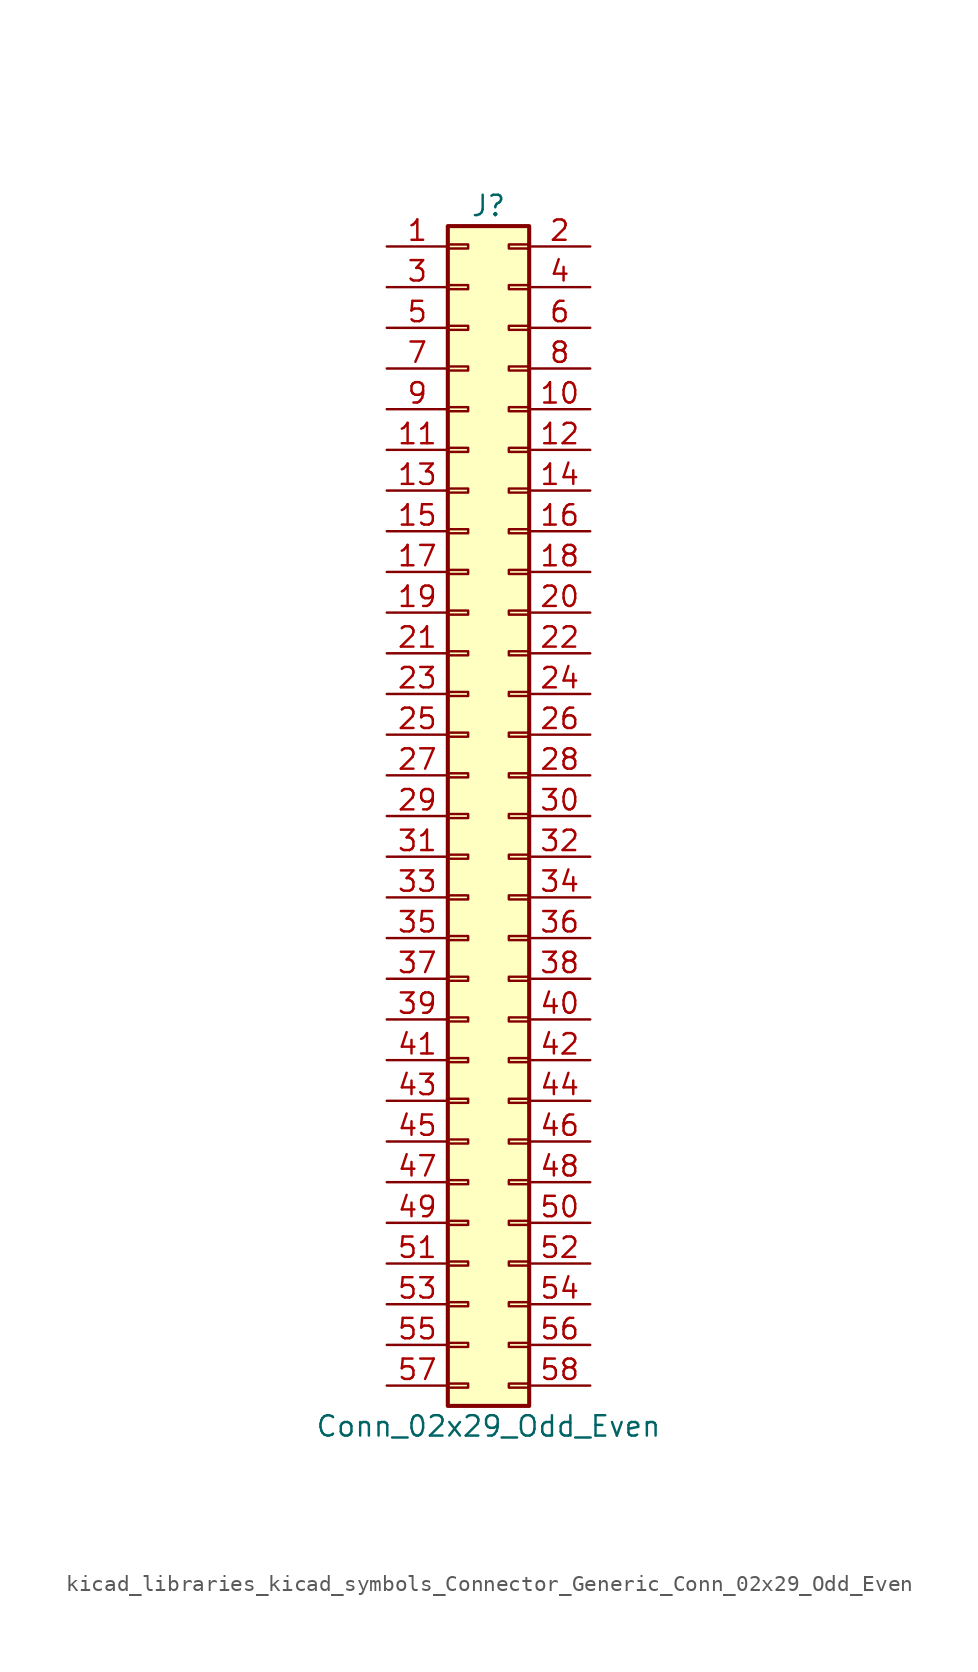
<source format=kicad_sym>
(kicad_symbol_lib
  (version 20220914)
  (generator kicad_symbol_editor)
  (symbol "kicad_libraries_kicad_symbols_Connector_Generic_Conn_02x29_Odd_Even"
    (pin_names
      (offset 1.016) hide)
    (property "Reference" "J"
      (at 1.27 38.1 0)
      (effects (font (size 1.27 1.27))))
    (property "Value" "Conn_02x29_Odd_Even"
      (at 1.27 -38.1 0)
      (effects (font (size 1.27 1.27))))
    (symbol "kicad_libraries_kicad_symbols_Connector_Generic_Conn_02x29_Odd_Even_1_1"
      (rectangle (start -1.27 -35.433) (end 0 -35.687) (stroke (width 0.152) (type default)) (fill (type none)))
      (rectangle (start -1.27 -32.893) (end 0 -33.147) (stroke (width 0.152) (type default)) (fill (type none)))
      (rectangle (start -1.27 -30.353) (end 0 -30.607) (stroke (width 0.152) (type default)) (fill (type none)))
      (rectangle (start -1.27 -27.813) (end 0 -28.067) (stroke (width 0.152) (type default)) (fill (type none)))
      (rectangle (start -1.27 -25.273) (end 0 -25.527) (stroke (width 0.152) (type default)) (fill (type none)))
      (rectangle (start -1.27 -22.733) (end 0 -22.987) (stroke (width 0.152) (type default)) (fill (type none)))
      (rectangle (start -1.27 -20.193) (end 0 -20.447) (stroke (width 0.152) (type default)) (fill (type none)))
      (rectangle (start -1.27 -17.653) (end 0 -17.907) (stroke (width 0.152) (type default)) (fill (type none)))
      (rectangle (start -1.27 -15.113) (end 0 -15.367) (stroke (width 0.152) (type default)) (fill (type none)))
      (rectangle (start -1.27 -12.573) (end 0 -12.827) (stroke (width 0.152) (type default)) (fill (type none)))
      (rectangle (start -1.27 -10.033) (end 0 -10.287) (stroke (width 0.152) (type default)) (fill (type none)))
      (rectangle (start -1.27 -7.493) (end 0 -7.747) (stroke (width 0.152) (type default)) (fill (type none)))
      (rectangle (start -1.27 -4.953) (end 0 -5.207) (stroke (width 0.152) (type default)) (fill (type none)))
      (rectangle (start -1.27 -2.413) (end 0 -2.667) (stroke (width 0.152) (type default)) (fill (type none)))
      (rectangle (start -1.27 0.127) (end 0 -0.127) (stroke (width 0.152) (type default)) (fill (type none)))
      (rectangle (start -1.27 2.667) (end 0 2.413) (stroke (width 0.152) (type default)) (fill (type none)))
      (rectangle (start -1.27 5.207) (end 0 4.953) (stroke (width 0.152) (type default)) (fill (type none)))
      (rectangle (start -1.27 7.747) (end 0 7.493) (stroke (width 0.152) (type default)) (fill (type none)))
      (rectangle (start -1.27 10.287) (end 0 10.033) (stroke (width 0.152) (type default)) (fill (type none)))
      (rectangle (start -1.27 12.827) (end 0 12.573) (stroke (width 0.152) (type default)) (fill (type none)))
      (rectangle (start -1.27 15.367) (end 0 15.113) (stroke (width 0.152) (type default)) (fill (type none)))
      (rectangle (start -1.27 17.907) (end 0 17.653) (stroke (width 0.152) (type default)) (fill (type none)))
      (rectangle (start -1.27 20.447) (end 0 20.193) (stroke (width 0.152) (type default)) (fill (type none)))
      (rectangle (start -1.27 22.987) (end 0 22.733) (stroke (width 0.152) (type default)) (fill (type none)))
      (rectangle (start -1.27 25.527) (end 0 25.273) (stroke (width 0.152) (type default)) (fill (type none)))
      (rectangle (start -1.27 28.067) (end 0 27.813) (stroke (width 0.152) (type default)) (fill (type none)))
      (rectangle (start -1.27 30.607) (end 0 30.353) (stroke (width 0.152) (type default)) (fill (type none)))
      (rectangle (start -1.27 33.147) (end 0 32.893) (stroke (width 0.152) (type default)) (fill (type none)))
      (rectangle (start -1.27 35.687) (end 0 35.433) (stroke (width 0.152) (type default)) (fill (type none)))
      (rectangle (start -1.27 36.83) (end 3.81 -36.83) (stroke (width 0.254) (type default)) (fill (type background)))
      (rectangle (start 3.81 -35.433) (end 2.54 -35.687) (stroke (width 0.152) (type default)) (fill (type none)))
      (rectangle (start 3.81 -32.893) (end 2.54 -33.147) (stroke (width 0.152) (type default)) (fill (type none)))
      (rectangle (start 3.81 -30.353) (end 2.54 -30.607) (stroke (width 0.152) (type default)) (fill (type none)))
      (rectangle (start 3.81 -27.813) (end 2.54 -28.067) (stroke (width 0.152) (type default)) (fill (type none)))
      (rectangle (start 3.81 -25.273) (end 2.54 -25.527) (stroke (width 0.152) (type default)) (fill (type none)))
      (rectangle (start 3.81 -22.733) (end 2.54 -22.987) (stroke (width 0.152) (type default)) (fill (type none)))
      (rectangle (start 3.81 -20.193) (end 2.54 -20.447) (stroke (width 0.152) (type default)) (fill (type none)))
      (rectangle (start 3.81 -17.653) (end 2.54 -17.907) (stroke (width 0.152) (type default)) (fill (type none)))
      (rectangle (start 3.81 -15.113) (end 2.54 -15.367) (stroke (width 0.152) (type default)) (fill (type none)))
      (rectangle (start 3.81 -12.573) (end 2.54 -12.827) (stroke (width 0.152) (type default)) (fill (type none)))
      (rectangle (start 3.81 -10.033) (end 2.54 -10.287) (stroke (width 0.152) (type default)) (fill (type none)))
      (rectangle (start 3.81 -7.493) (end 2.54 -7.747) (stroke (width 0.152) (type default)) (fill (type none)))
      (rectangle (start 3.81 -4.953) (end 2.54 -5.207) (stroke (width 0.152) (type default)) (fill (type none)))
      (rectangle (start 3.81 -2.413) (end 2.54 -2.667) (stroke (width 0.152) (type default)) (fill (type none)))
      (rectangle (start 3.81 0.127) (end 2.54 -0.127) (stroke (width 0.152) (type default)) (fill (type none)))
      (rectangle (start 3.81 2.667) (end 2.54 2.413) (stroke (width 0.152) (type default)) (fill (type none)))
      (rectangle (start 3.81 5.207) (end 2.54 4.953) (stroke (width 0.152) (type default)) (fill (type none)))
      (rectangle (start 3.81 7.747) (end 2.54 7.493) (stroke (width 0.152) (type default)) (fill (type none)))
      (rectangle (start 3.81 10.287) (end 2.54 10.033) (stroke (width 0.152) (type default)) (fill (type none)))
      (rectangle (start 3.81 12.827) (end 2.54 12.573) (stroke (width 0.152) (type default)) (fill (type none)))
      (rectangle (start 3.81 15.367) (end 2.54 15.113) (stroke (width 0.152) (type default)) (fill (type none)))
      (rectangle (start 3.81 17.907) (end 2.54 17.653) (stroke (width 0.152) (type default)) (fill (type none)))
      (rectangle (start 3.81 20.447) (end 2.54 20.193) (stroke (width 0.152) (type default)) (fill (type none)))
      (rectangle (start 3.81 22.987) (end 2.54 22.733) (stroke (width 0.152) (type default)) (fill (type none)))
      (rectangle (start 3.81 25.527) (end 2.54 25.273) (stroke (width 0.152) (type default)) (fill (type none)))
      (rectangle (start 3.81 28.067) (end 2.54 27.813) (stroke (width 0.152) (type default)) (fill (type none)))
      (rectangle (start 3.81 30.607) (end 2.54 30.353) (stroke (width 0.152) (type default)) (fill (type none)))
      (rectangle (start 3.81 33.147) (end 2.54 32.893) (stroke (width 0.152) (type default)) (fill (type none)))
      (rectangle (start 3.81 35.687) (end 2.54 35.433) (stroke (width 0.152) (type default)) (fill (type none)))
      (pin passive line (at -5.08 35.56 0) (length 3.81) (name "Pin_1" (effects (font (size 1.27 1.27)))) (number "1" (effects (font (size 1.27 1.27)))))
      (pin passive line (at 7.62 25.4 180) (length 3.81) (name "Pin_10" (effects (font (size 1.27 1.27)))) (number "10" (effects (font (size 1.27 1.27)))))
      (pin passive line (at -5.08 22.86 0) (length 3.81) (name "Pin_11" (effects (font (size 1.27 1.27)))) (number "11" (effects (font (size 1.27 1.27)))))
      (pin passive line (at 7.62 22.86 180) (length 3.81) (name "Pin_12" (effects (font (size 1.27 1.27)))) (number "12" (effects (font (size 1.27 1.27)))))
      (pin passive line (at -5.08 20.32 0) (length 3.81) (name "Pin_13" (effects (font (size 1.27 1.27)))) (number "13" (effects (font (size 1.27 1.27)))))
      (pin passive line (at 7.62 20.32 180) (length 3.81) (name "Pin_14" (effects (font (size 1.27 1.27)))) (number "14" (effects (font (size 1.27 1.27)))))
      (pin passive line (at -5.08 17.78 0) (length 3.81) (name "Pin_15" (effects (font (size 1.27 1.27)))) (number "15" (effects (font (size 1.27 1.27)))))
      (pin passive line (at 7.62 17.78 180) (length 3.81) (name "Pin_16" (effects (font (size 1.27 1.27)))) (number "16" (effects (font (size 1.27 1.27)))))
      (pin passive line (at -5.08 15.24 0) (length 3.81) (name "Pin_17" (effects (font (size 1.27 1.27)))) (number "17" (effects (font (size 1.27 1.27)))))
      (pin passive line (at 7.62 15.24 180) (length 3.81) (name "Pin_18" (effects (font (size 1.27 1.27)))) (number "18" (effects (font (size 1.27 1.27)))))
      (pin passive line (at -5.08 12.7 0) (length 3.81) (name "Pin_19" (effects (font (size 1.27 1.27)))) (number "19" (effects (font (size 1.27 1.27)))))
      (pin passive line (at 7.62 35.56 180) (length 3.81) (name "Pin_2" (effects (font (size 1.27 1.27)))) (number "2" (effects (font (size 1.27 1.27)))))
      (pin passive line (at 7.62 12.7 180) (length 3.81) (name "Pin_20" (effects (font (size 1.27 1.27)))) (number "20" (effects (font (size 1.27 1.27)))))
      (pin passive line (at -5.08 10.16 0) (length 3.81) (name "Pin_21" (effects (font (size 1.27 1.27)))) (number "21" (effects (font (size 1.27 1.27)))))
      (pin passive line (at 7.62 10.16 180) (length 3.81) (name "Pin_22" (effects (font (size 1.27 1.27)))) (number "22" (effects (font (size 1.27 1.27)))))
      (pin passive line (at -5.08 7.62 0) (length 3.81) (name "Pin_23" (effects (font (size 1.27 1.27)))) (number "23" (effects (font (size 1.27 1.27)))))
      (pin passive line (at 7.62 7.62 180) (length 3.81) (name "Pin_24" (effects (font (size 1.27 1.27)))) (number "24" (effects (font (size 1.27 1.27)))))
      (pin passive line (at -5.08 5.08 0) (length 3.81) (name "Pin_25" (effects (font (size 1.27 1.27)))) (number "25" (effects (font (size 1.27 1.27)))))
      (pin passive line (at 7.62 5.08 180) (length 3.81) (name "Pin_26" (effects (font (size 1.27 1.27)))) (number "26" (effects (font (size 1.27 1.27)))))
      (pin passive line (at -5.08 2.54 0) (length 3.81) (name "Pin_27" (effects (font (size 1.27 1.27)))) (number "27" (effects (font (size 1.27 1.27)))))
      (pin passive line (at 7.62 2.54 180) (length 3.81) (name "Pin_28" (effects (font (size 1.27 1.27)))) (number "28" (effects (font (size 1.27 1.27)))))
      (pin passive line (at -5.08 0 0) (length 3.81) (name "Pin_29" (effects (font (size 1.27 1.27)))) (number "29" (effects (font (size 1.27 1.27)))))
      (pin passive line (at -5.08 33.02 0) (length 3.81) (name "Pin_3" (effects (font (size 1.27 1.27)))) (number "3" (effects (font (size 1.27 1.27)))))
      (pin passive line (at 7.62 0 180) (length 3.81) (name "Pin_30" (effects (font (size 1.27 1.27)))) (number "30" (effects (font (size 1.27 1.27)))))
      (pin passive line (at -5.08 -2.54 0) (length 3.81) (name "Pin_31" (effects (font (size 1.27 1.27)))) (number "31" (effects (font (size 1.27 1.27)))))
      (pin passive line (at 7.62 -2.54 180) (length 3.81) (name "Pin_32" (effects (font (size 1.27 1.27)))) (number "32" (effects (font (size 1.27 1.27)))))
      (pin passive line (at -5.08 -5.08 0) (length 3.81) (name "Pin_33" (effects (font (size 1.27 1.27)))) (number "33" (effects (font (size 1.27 1.27)))))
      (pin passive line (at 7.62 -5.08 180) (length 3.81) (name "Pin_34" (effects (font (size 1.27 1.27)))) (number "34" (effects (font (size 1.27 1.27)))))
      (pin passive line (at -5.08 -7.62 0) (length 3.81) (name "Pin_35" (effects (font (size 1.27 1.27)))) (number "35" (effects (font (size 1.27 1.27)))))
      (pin passive line (at 7.62 -7.62 180) (length 3.81) (name "Pin_36" (effects (font (size 1.27 1.27)))) (number "36" (effects (font (size 1.27 1.27)))))
      (pin passive line (at -5.08 -10.16 0) (length 3.81) (name "Pin_37" (effects (font (size 1.27 1.27)))) (number "37" (effects (font (size 1.27 1.27)))))
      (pin passive line (at 7.62 -10.16 180) (length 3.81) (name "Pin_38" (effects (font (size 1.27 1.27)))) (number "38" (effects (font (size 1.27 1.27)))))
      (pin passive line (at -5.08 -12.7 0) (length 3.81) (name "Pin_39" (effects (font (size 1.27 1.27)))) (number "39" (effects (font (size 1.27 1.27)))))
      (pin passive line (at 7.62 33.02 180) (length 3.81) (name "Pin_4" (effects (font (size 1.27 1.27)))) (number "4" (effects (font (size 1.27 1.27)))))
      (pin passive line (at 7.62 -12.7 180) (length 3.81) (name "Pin_40" (effects (font (size 1.27 1.27)))) (number "40" (effects (font (size 1.27 1.27)))))
      (pin passive line (at -5.08 -15.24 0) (length 3.81) (name "Pin_41" (effects (font (size 1.27 1.27)))) (number "41" (effects (font (size 1.27 1.27)))))
      (pin passive line (at 7.62 -15.24 180) (length 3.81) (name "Pin_42" (effects (font (size 1.27 1.27)))) (number "42" (effects (font (size 1.27 1.27)))))
      (pin passive line (at -5.08 -17.78 0) (length 3.81) (name "Pin_43" (effects (font (size 1.27 1.27)))) (number "43" (effects (font (size 1.27 1.27)))))
      (pin passive line (at 7.62 -17.78 180) (length 3.81) (name "Pin_44" (effects (font (size 1.27 1.27)))) (number "44" (effects (font (size 1.27 1.27)))))
      (pin passive line (at -5.08 -20.32 0) (length 3.81) (name "Pin_45" (effects (font (size 1.27 1.27)))) (number "45" (effects (font (size 1.27 1.27)))))
      (pin passive line (at 7.62 -20.32 180) (length 3.81) (name "Pin_46" (effects (font (size 1.27 1.27)))) (number "46" (effects (font (size 1.27 1.27)))))
      (pin passive line (at -5.08 -22.86 0) (length 3.81) (name "Pin_47" (effects (font (size 1.27 1.27)))) (number "47" (effects (font (size 1.27 1.27)))))
      (pin passive line (at 7.62 -22.86 180) (length 3.81) (name "Pin_48" (effects (font (size 1.27 1.27)))) (number "48" (effects (font (size 1.27 1.27)))))
      (pin passive line (at -5.08 -25.4 0) (length 3.81) (name "Pin_49" (effects (font (size 1.27 1.27)))) (number "49" (effects (font (size 1.27 1.27)))))
      (pin passive line (at -5.08 30.48 0) (length 3.81) (name "Pin_5" (effects (font (size 1.27 1.27)))) (number "5" (effects (font (size 1.27 1.27)))))
      (pin passive line (at 7.62 -25.4 180) (length 3.81) (name "Pin_50" (effects (font (size 1.27 1.27)))) (number "50" (effects (font (size 1.27 1.27)))))
      (pin passive line (at -5.08 -27.94 0) (length 3.81) (name "Pin_51" (effects (font (size 1.27 1.27)))) (number "51" (effects (font (size 1.27 1.27)))))
      (pin passive line (at 7.62 -27.94 180) (length 3.81) (name "Pin_52" (effects (font (size 1.27 1.27)))) (number "52" (effects (font (size 1.27 1.27)))))
      (pin passive line (at -5.08 -30.48 0) (length 3.81) (name "Pin_53" (effects (font (size 1.27 1.27)))) (number "53" (effects (font (size 1.27 1.27)))))
      (pin passive line (at 7.62 -30.48 180) (length 3.81) (name "Pin_54" (effects (font (size 1.27 1.27)))) (number "54" (effects (font (size 1.27 1.27)))))
      (pin passive line (at -5.08 -33.02 0) (length 3.81) (name "Pin_55" (effects (font (size 1.27 1.27)))) (number "55" (effects (font (size 1.27 1.27)))))
      (pin passive line (at 7.62 -33.02 180) (length 3.81) (name "Pin_56" (effects (font (size 1.27 1.27)))) (number "56" (effects (font (size 1.27 1.27)))))
      (pin passive line (at -5.08 -35.56 0) (length 3.81) (name "Pin_57" (effects (font (size 1.27 1.27)))) (number "57" (effects (font (size 1.27 1.27)))))
      (pin passive line (at 7.62 -35.56 180) (length 3.81) (name "Pin_58" (effects (font (size 1.27 1.27)))) (number "58" (effects (font (size 1.27 1.27)))))
      (pin passive line (at 7.62 30.48 180) (length 3.81) (name "Pin_6" (effects (font (size 1.27 1.27)))) (number "6" (effects (font (size 1.27 1.27)))))
      (pin passive line (at -5.08 27.94 0) (length 3.81) (name "Pin_7" (effects (font (size 1.27 1.27)))) (number "7" (effects (font (size 1.27 1.27)))))
      (pin passive line (at 7.62 27.94 180) (length 3.81) (name "Pin_8" (effects (font (size 1.27 1.27)))) (number "8" (effects (font (size 1.27 1.27)))))
      (pin passive line (at -5.08 25.4 0) (length 3.81) (name "Pin_9" (effects (font (size 1.27 1.27)))) (number "9" (effects (font (size 1.27 1.27))))))))
</source>
